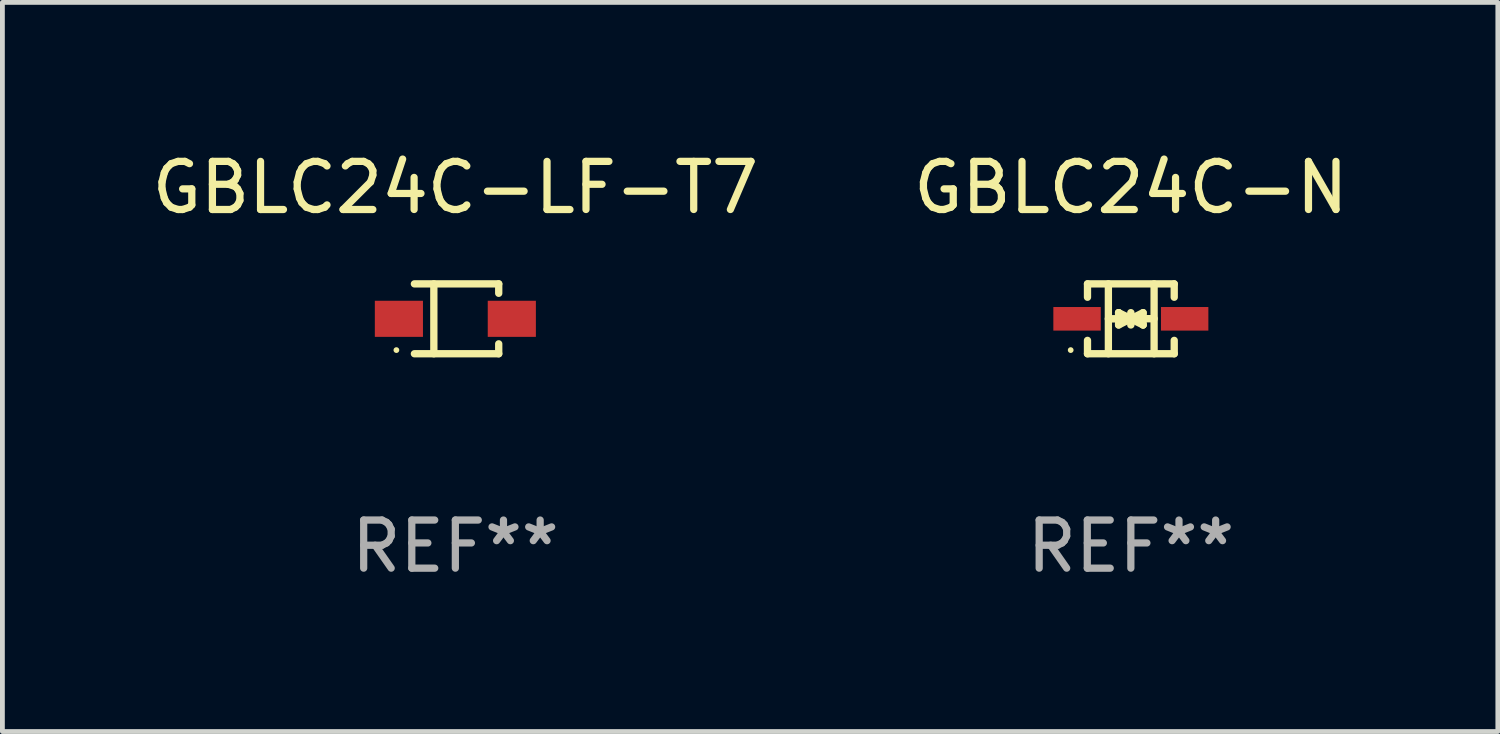
<source format=kicad_pcb>
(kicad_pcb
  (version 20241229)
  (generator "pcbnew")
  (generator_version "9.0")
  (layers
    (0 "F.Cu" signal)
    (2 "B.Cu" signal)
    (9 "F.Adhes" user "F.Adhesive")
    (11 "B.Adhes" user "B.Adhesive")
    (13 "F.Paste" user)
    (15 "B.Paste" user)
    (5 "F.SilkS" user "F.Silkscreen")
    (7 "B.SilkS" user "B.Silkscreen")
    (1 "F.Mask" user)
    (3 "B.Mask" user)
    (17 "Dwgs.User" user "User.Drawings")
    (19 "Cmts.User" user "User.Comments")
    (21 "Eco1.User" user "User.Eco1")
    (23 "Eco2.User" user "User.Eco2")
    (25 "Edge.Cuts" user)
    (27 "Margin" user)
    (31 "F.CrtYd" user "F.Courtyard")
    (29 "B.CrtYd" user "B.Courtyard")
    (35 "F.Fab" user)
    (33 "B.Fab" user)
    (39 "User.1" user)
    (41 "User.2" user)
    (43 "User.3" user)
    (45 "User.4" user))
  (footprint "GBLC24C-LF-T7"
    (layer "F.Cu")
    (at 6.411 3.574)
    (property "Reference" "GBLC24C-LF-T7" (at 0 -2.726 0) (layer "F.SilkS") (effects (font (size 1 1) (thickness 0.15))))
    (attr through_hole)
    (fp_line (start -0.851 -0.726) (end 0.901 -0.726) (stroke (width 0.152) (type solid)) (layer "F.SilkS"))
    (fp_line (start -0.851 0.726) (end 0.901 0.726) (stroke (width 0.152) (type solid)) (layer "F.SilkS"))
    (fp_line (start -0.447 -0.726) (end -0.447 0.726) (stroke (width 0.152) (type solid)) (layer "F.SilkS"))
    (fp_line (start 0.901 -0.726) (end 0.901 -0.53) (stroke (width 0.152) (type solid)) (layer "F.SilkS"))
    (fp_line (start 0.901 0.726) (end 0.901 0.52) (stroke (width 0.152) (type solid)) (layer "F.SilkS"))
    (fp_circle (center -1.225 0.65) (end -1.195 0.65) (stroke (width 0.06) (type solid)) (fill no) (layer "F.SilkS"))
    (fp_text user "REF**" (at 0 4.726 0) (layer "F.Fab") (effects (font (size 1 1) (thickness 0.15))))
    (pad "1" smd rect (at -1.173 0) (size 1 0.75) (layers "F.Cu" "F.Mask" "F.Paste"))
    (pad "2" smd rect (at 1.173 0) (size 1 0.75) (layers "F.Cu" "F.Mask" "F.Paste")))
  (footprint "GBLC24C-N"
    (layer "F.Cu")
    (at 20.446 3.574)
    (property "Reference" "GBLC24C-N" (at 0 -2.726 0) (layer "F.SilkS") (effects (font (size 1 1) (thickness 0.15))))
    (attr through_hole)
    (fp_line (start -0.901 -0.726) (end -0.901 -0.448) (stroke (width 0.152) (type solid)) (layer "F.SilkS"))
    (fp_line (start -0.901 0.726) (end -0.901 0.448) (stroke (width 0.152) (type solid)) (layer "F.SilkS"))
    (fp_line (start -0.467 0) (end 0.483 -0.003) (stroke (width 0.154) (type solid)) (layer "F.SilkS"))
    (fp_line (start -0.467 0.726) (end -0.467 -0.726) (stroke (width 0.152) (type solid)) (layer "F.SilkS"))
    (fp_line (start -0.254 -0.127) (end -0.254 -0.127) (stroke (width 0.154) (type solid)) (layer "F.SilkS"))
    (fp_line (start -0.254 -0.127) (end -0.002 -0.003) (stroke (width 0.154) (type solid)) (layer "F.SilkS"))
    (fp_line (start -0.254 0.127) (end -0.254 -0.127) (stroke (width 0.154) (type solid)) (layer "F.SilkS"))
    (fp_line (start -0.127 0) (end 0.003 0) (stroke (width 0.154) (type solid)) (layer "F.SilkS"))
    (fp_line (start -0.003 0) (end -0.254 0.127) (stroke (width 0.154) (type solid)) (layer "F.SilkS"))
    (fp_line (start 0 -0.127) (end 0 0.127) (stroke (width 0.154) (type solid)) (layer "F.SilkS"))
    (fp_line (start 0.003 0) (end 0.254 -0.127) (stroke (width 0.154) (type solid)) (layer "F.SilkS"))
    (fp_line (start 0.127 0) (end -0.003 0) (stroke (width 0.154) (type solid)) (layer "F.SilkS"))
    (fp_line (start 0.254 -0.127) (end 0.254 0.127) (stroke (width 0.154) (type solid)) (layer "F.SilkS"))
    (fp_line (start 0.254 0.127) (end 0.002 0.003) (stroke (width 0.154) (type solid)) (layer "F.SilkS"))
    (fp_line (start 0.254 0.127) (end 0.254 0.127) (stroke (width 0.154) (type solid)) (layer "F.SilkS"))
    (fp_line (start 0.483 0.726) (end 0.483 -0.726) (stroke (width 0.152) (type solid)) (layer "F.SilkS"))
    (fp_line (start 0.901 -0.726) (end -0.901 -0.726) (stroke (width 0.152) (type solid)) (layer "F.SilkS"))
    (fp_line (start 0.901 -0.726) (end 0.901 -0.448) (stroke (width 0.152) (type solid)) (layer "F.SilkS"))
    (fp_line (start 0.901 0.726) (end -0.901 0.726) (stroke (width 0.152) (type solid)) (layer "F.SilkS"))
    (fp_line (start 0.901 0.726) (end 0.901 0.448) (stroke (width 0.152) (type solid)) (layer "F.SilkS"))
    (fp_circle (center -1.25 0.65) (end -1.22 0.65) (stroke (width 0.06) (type solid)) (fill no) (layer "F.SilkS"))
    (fp_text user "REF**" (at 0 4.726 0) (layer "F.Fab") (effects (font (size 1 1) (thickness 0.15))))
    (pad "1" smd rect (at -1.118 0) (size 0.985 0.49) (layers "F.Cu" "F.Mask" "F.Paste"))
    (pad "2" smd rect (at 1.118 0) (size 0.985 0.49) (layers "F.Cu" "F.Mask" "F.Paste")))
  (gr_rect
    (start -3 -3)
    (end 28.071 12.149)
    (stroke (width 0.1) (type default))
    (fill no)
    (layer "Edge.Cuts")))
</source>
